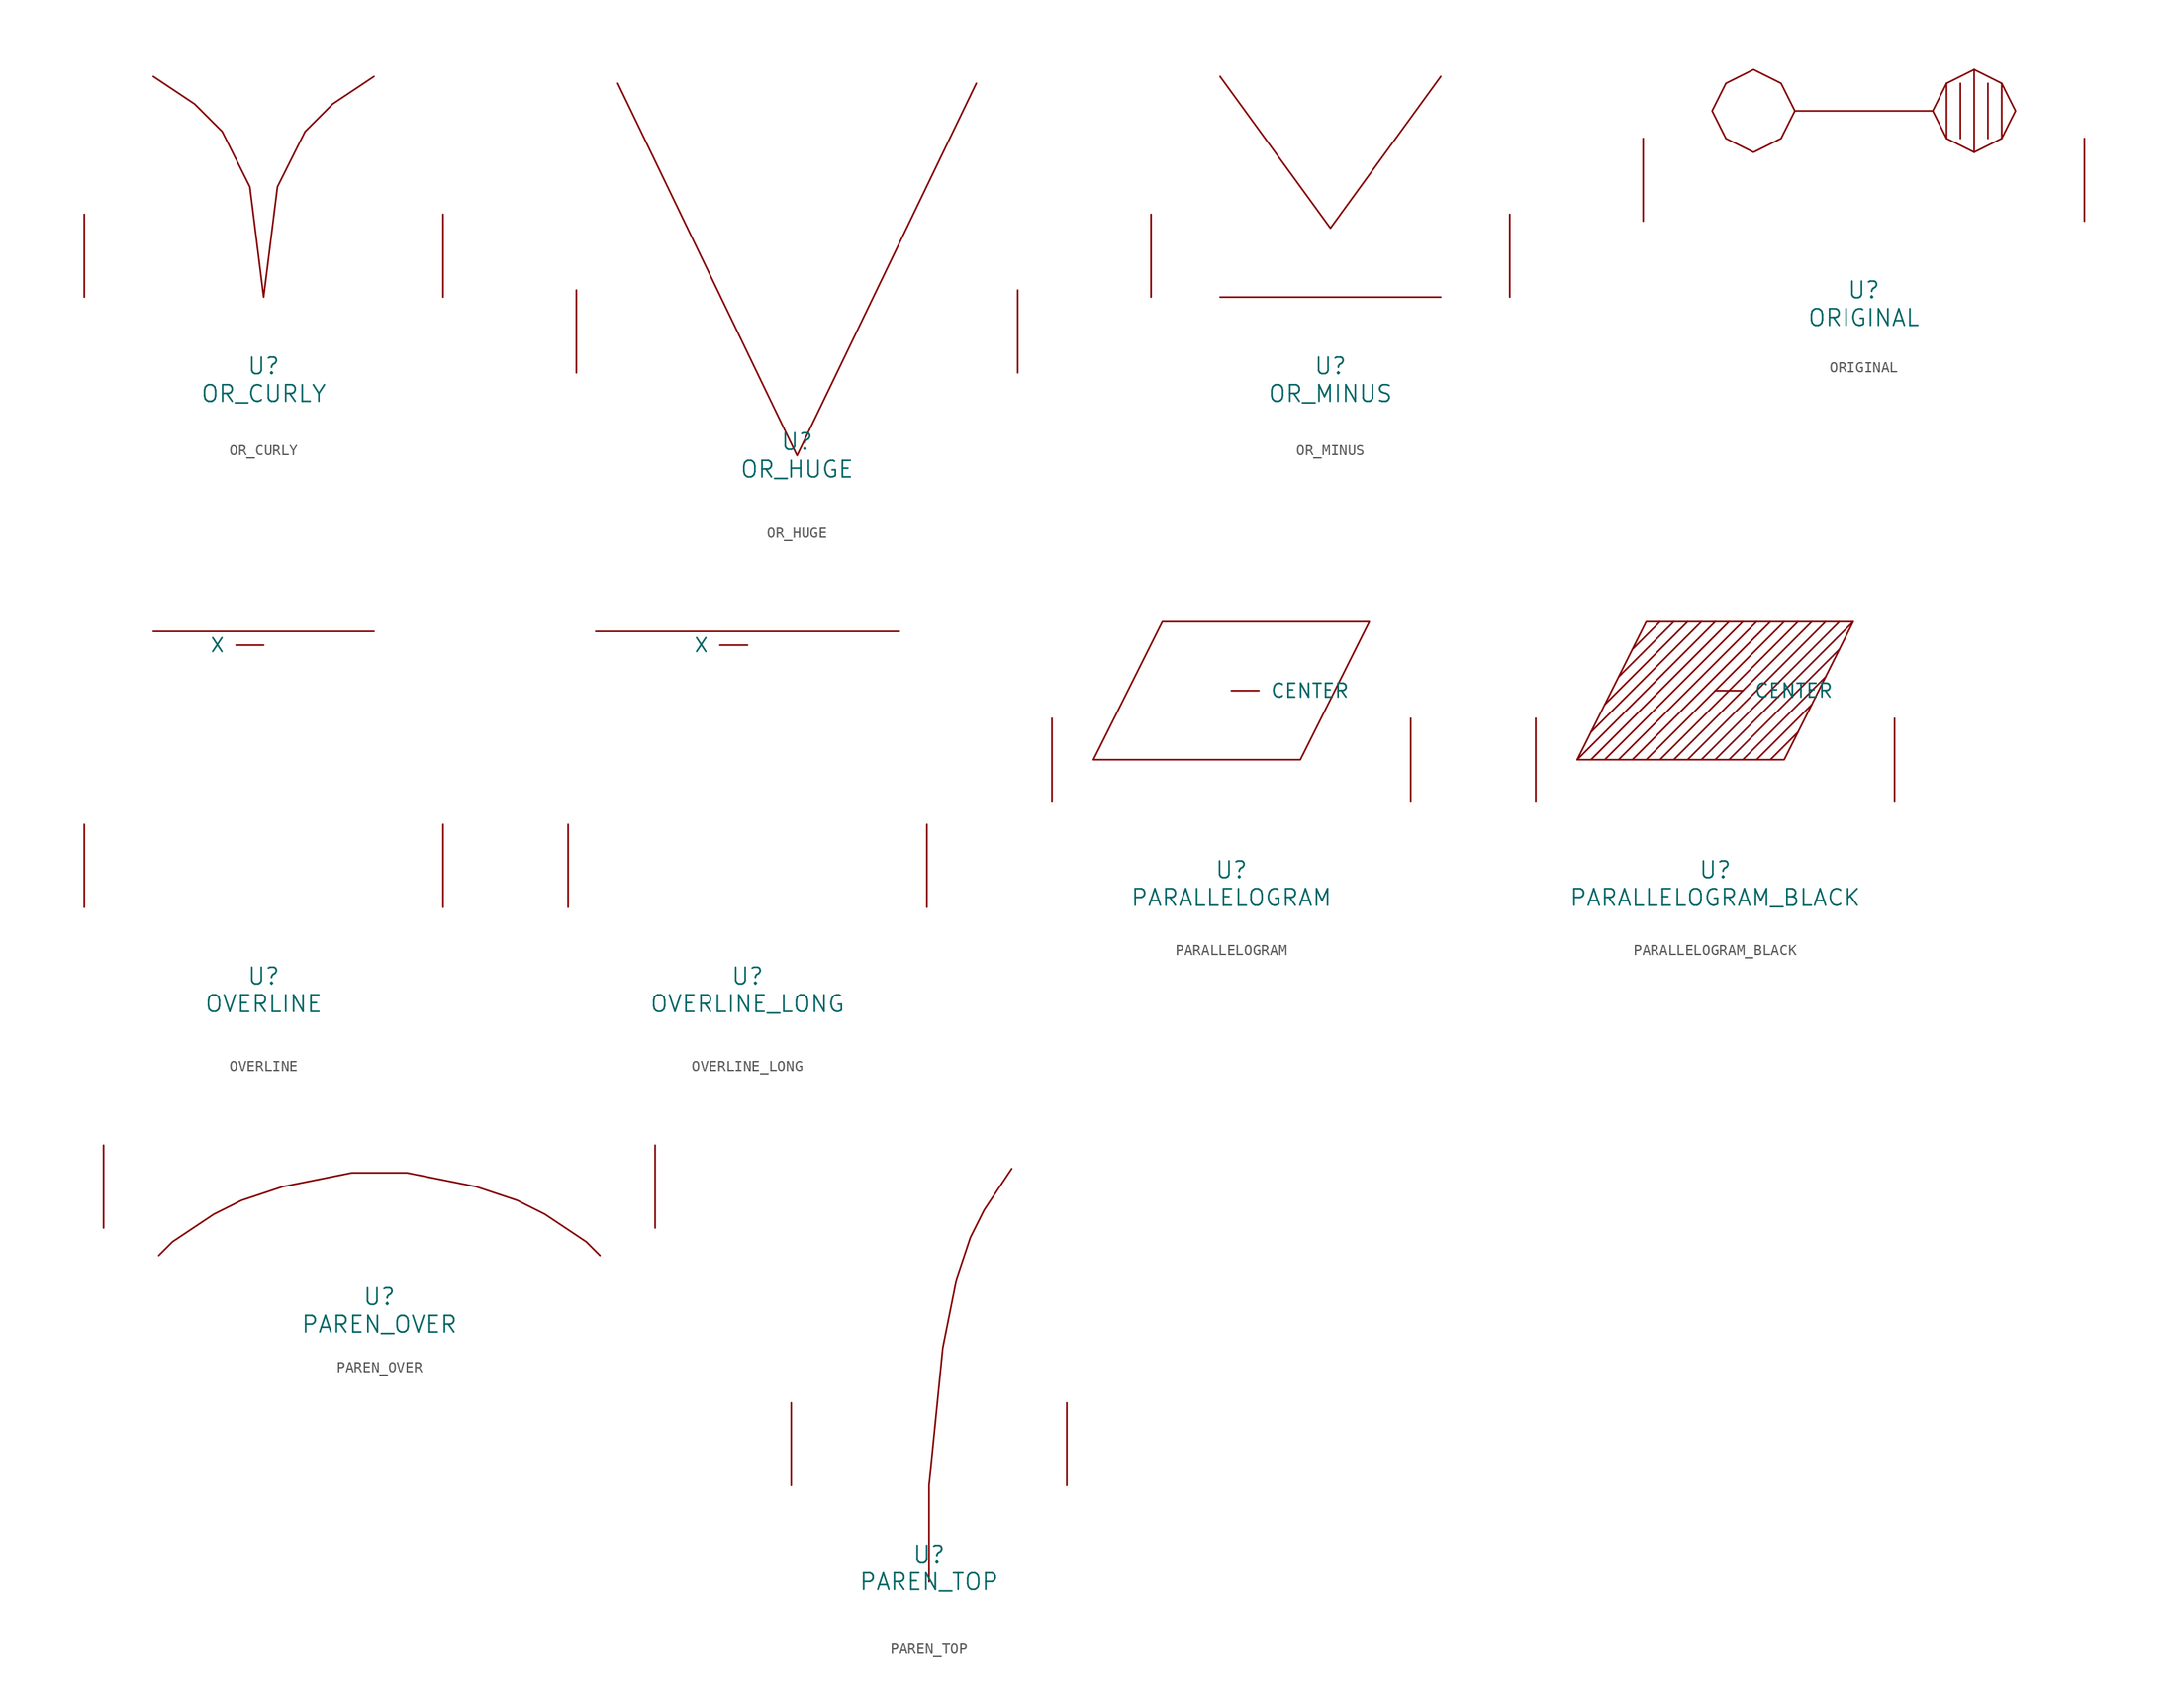
<source format=kicad_sym>
(kicad_symbol_lib
  (version 20220914)
  (generator font_lib2sym)
  (symbol "OR_CURLY"
    (pin_names
      (offset 1.016))
    (property "Reference" "U"
      (at 0 -6.35 0)
      (effects (font (size 1.524 1.524))))
    (property "Value" "OR_CURLY"
      (at 0 -8.89 0)
      (effects (font (size 1.524 1.524))))
    (symbol "OR_CURLY_0_1"
      (polyline (pts (xy -10.16 20.32) (xy -6.35 17.78) (xy -3.81 15.24) (xy -1.27 10.16) (xy 0 0) (xy 1.27 10.16) (xy 3.81 15.24) (xy 6.35 17.78) (xy 10.16 20.32)) (stroke (width 0) (type solid)) (fill (type none)))
      (pin input line (at -16.51 0 90) (length 7.62) (name "~" (effects (font (size 1.27 1.27)))) (number "~" (effects (font (size 1.27 1.27)))))
      (pin input line (at 16.51 0 90) (length 7.62) (name "~" (effects (font (size 1.27 1.27)))) (number "~" (effects (font (size 1.27 1.27)))))))
  (symbol "OR_HUGE"
    (pin_names
      (offset 1.016))
    (property "Reference" "U"
      (at 0 -6.35 0)
      (effects (font (size 1.524 1.524))))
    (property "Value" "OR_HUGE"
      (at 0 -8.89 0)
      (effects (font (size 1.524 1.524))))
    (symbol "OR_HUGE_0_1"
      (polyline (pts (xy -16.51 26.67) (xy 0 -7.62) (xy 16.51 26.67)) (stroke (width 0) (type solid)) (fill (type none)))
      (pin input line (at -20.32 0 90) (length 7.62) (name "~" (effects (font (size 1.27 1.27)))) (number "~" (effects (font (size 1.27 1.27)))))
      (pin input line (at 20.32 0 90) (length 7.62) (name "~" (effects (font (size 1.27 1.27)))) (number "~" (effects (font (size 1.27 1.27)))))))
  (symbol "OR_MINUS"
    (pin_names
      (offset 1.016))
    (property "Reference" "U"
      (at 0 -6.35 0)
      (effects (font (size 1.524 1.524))))
    (property "Value" "OR_MINUS"
      (at 0 -8.89 0)
      (effects (font (size 1.524 1.524))))
    (symbol "OR_MINUS_0_1"
      (polyline (pts (xy -10.16 0) (xy 10.16 0)) (stroke (width 0) (type solid)) (fill (type none)))
      (polyline (pts (xy 10.16 20.32) (xy 0 6.35) (xy -10.16 20.32)) (stroke (width 0) (type solid)) (fill (type none)))
      (pin input line (at -16.51 0 90) (length 7.62) (name "~" (effects (font (size 1.27 1.27)))) (number "~" (effects (font (size 1.27 1.27)))))
      (pin input line (at 16.51 0 90) (length 7.62) (name "~" (effects (font (size 1.27 1.27)))) (number "~" (effects (font (size 1.27 1.27)))))))
  (symbol "ORIGINAL"
    (pin_names
      (offset 1.016))
    (property "Reference" "U"
      (at 0 -6.35 0)
      (effects (font (size 1.524 1.524))))
    (property "Value" "ORIGINAL"
      (at 0 -8.89 0)
      (effects (font (size 1.524 1.524))))
    (symbol "ORIGINAL_0_1"
      (polyline (pts (xy 7.62 12.7) (xy 7.62 7.62)) (stroke (width 0) (type solid)) (fill (type none)))
      (polyline (pts (xy 8.89 12.7) (xy 8.89 7.62)) (stroke (width 0) (type solid)) (fill (type none)))
      (polyline (pts (xy 10.16 13.97) (xy 10.16 6.35)) (stroke (width 0) (type solid)) (fill (type none)))
      (polyline (pts (xy 11.43 12.7) (xy 11.43 7.62)) (stroke (width 0) (type solid)) (fill (type none)))
      (polyline (pts (xy 12.7 12.7) (xy 12.7 7.62)) (stroke (width 0) (type solid)) (fill (type none)))
      (polyline (pts (xy -6.35 10.16) (xy -7.62 12.7) (xy -10.16 13.97) (xy -12.7 12.7) (xy -13.97 10.16) (xy -12.7 7.62) (xy -10.16 6.35) (xy -7.62 7.62) (xy -6.35 10.16) (xy 6.35 10.16) (xy 7.62 7.62) (xy 10.16 6.35) (xy 12.7 7.62) (xy 13.97 10.16) (xy 12.7 12.7) (xy 10.16 13.97) (xy 7.62 12.7) (xy 6.35 10.16)) (stroke (width 0) (type solid)) (fill (type none)))
      (pin input line (at -20.32 0 90) (length 7.62) (name "~" (effects (font (size 1.27 1.27)))) (number "~" (effects (font (size 1.27 1.27)))))
      (pin input line (at 20.32 0 90) (length 7.62) (name "~" (effects (font (size 1.27 1.27)))) (number "~" (effects (font (size 1.27 1.27)))))))
  (symbol "OVERLINE"
    (pin_names
      (offset 1.016))
    (property "Reference" "U"
      (at 0 -6.35 0)
      (effects (font (size 1.524 1.524))))
    (property "Value" "OVERLINE"
      (at 0 -8.89 0)
      (effects (font (size 1.524 1.524))))
    (symbol "OVERLINE_0_1"
      (polyline (pts (xy -10.16 25.4) (xy 10.16 25.4)) (stroke (width 0) (type solid)) (fill (type none)))
      (pin input line (at 0 24.13 180) (length 2.54) (name "X" (effects (font (size 1.27 1.27)))) (number "~" (effects (font (size 1.27 1.27)))))
      (pin input line (at -16.51 0 90) (length 7.62) (name "~" (effects (font (size 1.27 1.27)))) (number "~" (effects (font (size 1.27 1.27)))))
      (pin input line (at 16.51 0 90) (length 7.62) (name "~" (effects (font (size 1.27 1.27)))) (number "~" (effects (font (size 1.27 1.27)))))))
  (symbol "OVERLINE_LONG"
    (pin_names
      (offset 1.016))
    (property "Reference" "U"
      (at 0 -6.35 0)
      (effects (font (size 1.524 1.524))))
    (property "Value" "OVERLINE_LONG"
      (at 0 -8.89 0)
      (effects (font (size 1.524 1.524))))
    (symbol "OVERLINE_LONG_0_1"
      (polyline (pts (xy -13.97 25.4) (xy 13.97 25.4)) (stroke (width 0) (type solid)) (fill (type none)))
      (pin input line (at 0 24.13 180) (length 2.54) (name "X" (effects (font (size 1.27 1.27)))) (number "~" (effects (font (size 1.27 1.27)))))
      (pin input line (at -16.51 0 90) (length 7.62) (name "~" (effects (font (size 1.27 1.27)))) (number "~" (effects (font (size 1.27 1.27)))))
      (pin input line (at 16.51 0 90) (length 7.62) (name "~" (effects (font (size 1.27 1.27)))) (number "~" (effects (font (size 1.27 1.27)))))))
  (symbol "PARALLELOGRAM"
    (pin_names
      (offset 1.016))
    (property "Reference" "U"
      (at 0 -6.35 0)
      (effects (font (size 1.524 1.524))))
    (property "Value" "PARALLELOGRAM"
      (at 0 -8.89 0)
      (effects (font (size 1.524 1.524))))
    (symbol "PARALLELOGRAM_0_1"
      (polyline (pts (xy -12.7 3.81) (xy -6.35 16.51) (xy 12.7 16.51) (xy 6.35 3.81) (xy -12.7 3.81)) (stroke (width 0) (type solid)) (fill (type none)))
      (pin input line (at 0 10.16 0) (length 2.54) (name "CENTER" (effects (font (size 1.27 1.27)))) (number "~" (effects (font (size 1.27 1.27)))))
      (pin input line (at -16.51 0 90) (length 7.62) (name "~" (effects (font (size 1.27 1.27)))) (number "~" (effects (font (size 1.27 1.27)))))
      (pin input line (at 16.51 0 90) (length 7.62) (name "~" (effects (font (size 1.27 1.27)))) (number "~" (effects (font (size 1.27 1.27)))))))
  (symbol "PARALLELOGRAM_BLACK"
    (pin_names
      (offset 1.016))
    (property "Reference" "U"
      (at 0 -6.35 0)
      (effects (font (size 1.524 1.524))))
    (property "Value" "PARALLELOGRAM_BLACK"
      (at 0 -8.89 0)
      (effects (font (size 1.524 1.524))))
    (symbol "PARALLELOGRAM_BLACK_0_1"
      (polyline (pts (xy -5.08 16.51) (xy -7.62 13.97)) (stroke (width 0) (type solid)) (fill (type none)))
      (polyline (pts (xy -3.81 16.51) (xy -8.89 11.43)) (stroke (width 0) (type solid)) (fill (type none)))
      (polyline (pts (xy -2.54 16.51) (xy -10.16 8.89)) (stroke (width 0) (type solid)) (fill (type none)))
      (polyline (pts (xy -1.27 16.51) (xy -11.43 6.35)) (stroke (width 0) (type solid)) (fill (type none)))
      (polyline (pts (xy 0 16.51) (xy -12.7 3.81)) (stroke (width 0) (type solid)) (fill (type none)))
      (polyline (pts (xy 1.27 16.51) (xy -11.43 3.81)) (stroke (width 0) (type solid)) (fill (type none)))
      (polyline (pts (xy 2.54 16.51) (xy -10.16 3.81)) (stroke (width 0) (type solid)) (fill (type none)))
      (polyline (pts (xy 3.81 16.51) (xy -8.89 3.81)) (stroke (width 0) (type solid)) (fill (type none)))
      (polyline (pts (xy 5.08 16.51) (xy -7.62 3.81)) (stroke (width 0) (type solid)) (fill (type none)))
      (polyline (pts (xy 6.35 16.51) (xy -6.35 3.81)) (stroke (width 0) (type solid)) (fill (type none)))
      (polyline (pts (xy 7.62 6.35) (xy 5.08 3.81)) (stroke (width 0) (type solid)) (fill (type none)))
      (polyline (pts (xy 7.62 16.51) (xy -5.08 3.81)) (stroke (width 0) (type solid)) (fill (type none)))
      (polyline (pts (xy 8.89 8.89) (xy 3.81 3.81)) (stroke (width 0) (type solid)) (fill (type none)))
      (polyline (pts (xy 8.89 16.51) (xy -3.81 3.81)) (stroke (width 0) (type solid)) (fill (type none)))
      (polyline (pts (xy 10.16 11.43) (xy 2.54 3.81)) (stroke (width 0) (type solid)) (fill (type none)))
      (polyline (pts (xy 10.16 16.51) (xy -2.54 3.81)) (stroke (width 0) (type solid)) (fill (type none)))
      (polyline (pts (xy 11.43 13.97) (xy 1.27 3.81)) (stroke (width 0) (type solid)) (fill (type none)))
      (polyline (pts (xy 11.43 16.51) (xy -1.27 3.81)) (stroke (width 0) (type solid)) (fill (type none)))
      (polyline (pts (xy 12.7 16.51) (xy 0 3.81)) (stroke (width 0) (type solid)) (fill (type none)))
      (polyline (pts (xy -12.7 3.81) (xy -6.35 16.51) (xy 12.7 16.51) (xy 6.35 3.81) (xy -12.7 3.81)) (stroke (width 0) (type solid)) (fill (type none)))
      (pin input line (at 0 10.16 0) (length 2.54) (name "CENTER" (effects (font (size 1.27 1.27)))) (number "~" (effects (font (size 1.27 1.27)))))
      (pin input line (at -16.51 0 90) (length 7.62) (name "~" (effects (font (size 1.27 1.27)))) (number "~" (effects (font (size 1.27 1.27)))))
      (pin input line (at 16.51 0 90) (length 7.62) (name "~" (effects (font (size 1.27 1.27)))) (number "~" (effects (font (size 1.27 1.27)))))))
  (symbol "PAREN_OVER"
    (pin_names
      (offset 1.016))
    (property "Reference" "U"
      (at 0 -6.35 0)
      (effects (font (size 1.524 1.524))))
    (property "Value" "PAREN_OVER"
      (at 0 -8.89 0)
      (effects (font (size 1.524 1.524))))
    (symbol "PAREN_OVER_0_1"
      (polyline (pts (xy -20.32 -2.54) (xy -19.05 -1.27) (xy -15.24 1.27) (xy -12.7 2.54) (xy -8.89 3.81) (xy -2.54 5.08) (xy 2.54 5.08) (xy 8.89 3.81) (xy 12.7 2.54) (xy 15.24 1.27) (xy 19.05 -1.27) (xy 20.32 -2.54)) (stroke (width 0) (type solid)) (fill (type none)))
      (pin input line (at -25.4 0 90) (length 7.62) (name "~" (effects (font (size 1.27 1.27)))) (number "~" (effects (font (size 1.27 1.27)))))
      (pin input line (at 25.4 0 90) (length 7.62) (name "~" (effects (font (size 1.27 1.27)))) (number "~" (effects (font (size 1.27 1.27)))))))
  (symbol "PAREN_TOP"
    (pin_names
      (offset 1.016))
    (property "Reference" "U"
      (at 0 -6.35 0)
      (effects (font (size 1.524 1.524))))
    (property "Value" "PAREN_TOP"
      (at 0 -8.89 0)
      (effects (font (size 1.524 1.524))))
    (symbol "PAREN_TOP_0_1"
      (polyline (pts (xy 7.62 29.21) (xy 5.08 25.4) (xy 3.81 22.86) (xy 2.54 19.05) (xy 1.27 12.7) (xy 0 0) (xy 0 -8.89)) (stroke (width 0) (type solid)) (fill (type none)))
      (pin input line (at -12.7 0 90) (length 7.62) (name "~" (effects (font (size 1.27 1.27)))) (number "~" (effects (font (size 1.27 1.27)))))
      (pin input line (at 12.7 0 90) (length 7.62) (name "~" (effects (font (size 1.27 1.27)))) (number "~" (effects (font (size 1.27 1.27))))))))
</source>
